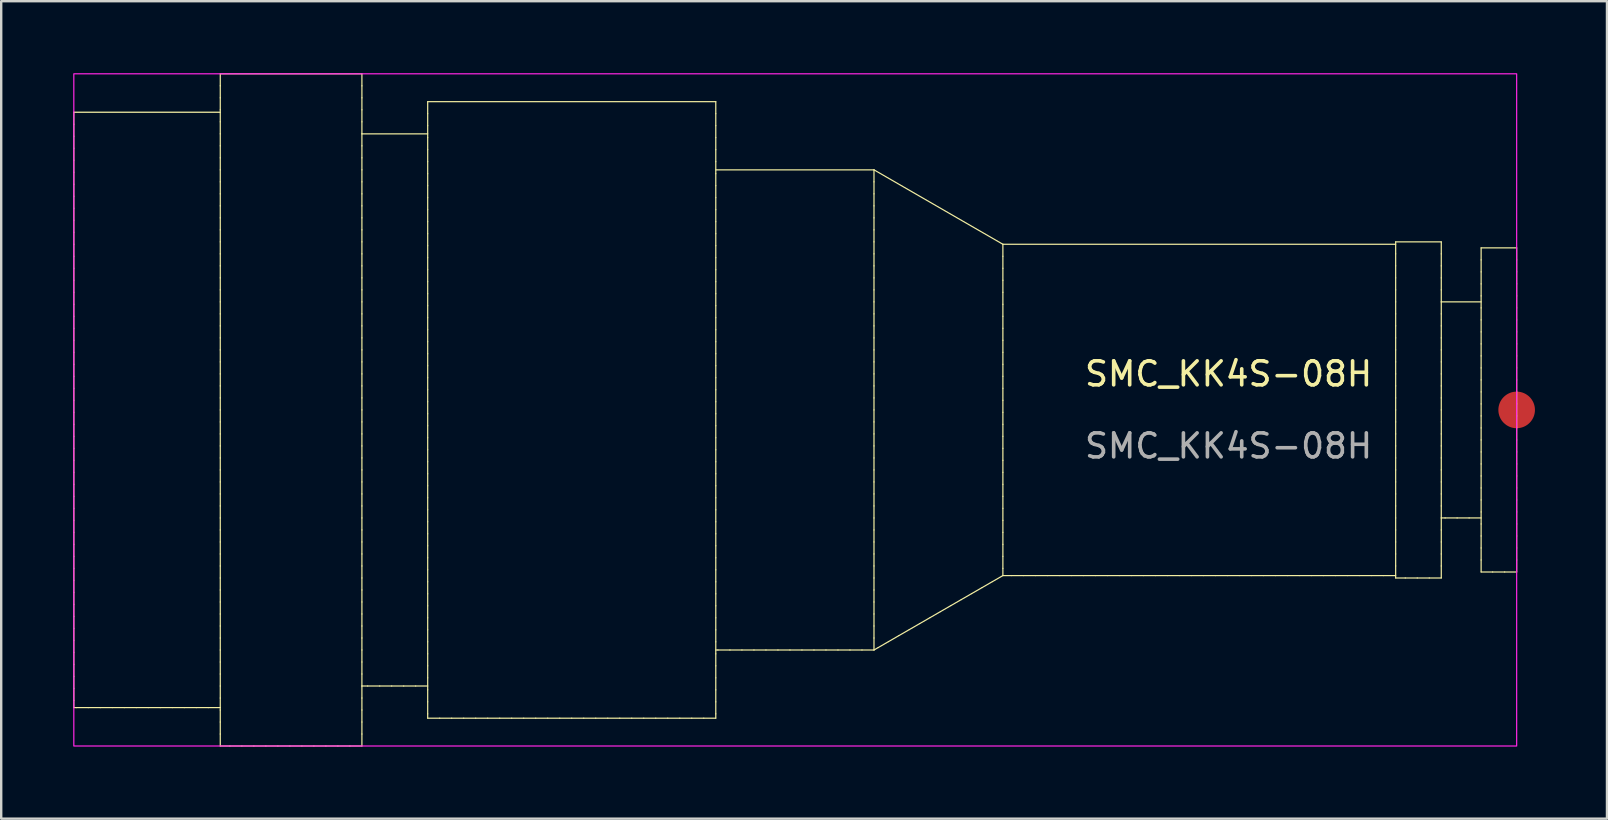
<source format=kicad_pcb>
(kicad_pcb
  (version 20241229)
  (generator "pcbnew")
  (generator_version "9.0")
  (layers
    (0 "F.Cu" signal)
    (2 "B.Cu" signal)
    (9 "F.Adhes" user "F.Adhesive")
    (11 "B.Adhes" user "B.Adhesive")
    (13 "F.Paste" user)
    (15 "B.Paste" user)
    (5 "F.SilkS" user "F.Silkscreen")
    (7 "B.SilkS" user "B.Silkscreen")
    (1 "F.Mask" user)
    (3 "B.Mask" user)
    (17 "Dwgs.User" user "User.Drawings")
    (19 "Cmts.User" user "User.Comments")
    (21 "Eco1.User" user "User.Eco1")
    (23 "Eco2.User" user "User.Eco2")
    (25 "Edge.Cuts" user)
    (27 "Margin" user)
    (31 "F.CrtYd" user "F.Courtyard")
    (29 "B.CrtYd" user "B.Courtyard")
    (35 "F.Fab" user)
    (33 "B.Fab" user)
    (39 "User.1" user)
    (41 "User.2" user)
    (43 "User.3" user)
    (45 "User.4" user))
  (footprint "SMC_KK4S-08H"
    (layer "F.Cu")
    (at 60.125 14.025)
    (property "Reference" "SMC_KK4S-08H" (at -12 -1.5 0) (unlocked yes) (layer "F.SilkS") (effects (font (size 1 1) (thickness 0.15))))
    (fp_line (start -60.1 -12.4) (end -60.1 -11.9) (stroke (width 0.05) (type solid)) (layer "F.SilkS"))
    (fp_line (start -60.1 -11.9) (end -60.1 -11.4) (stroke (width 0.05) (type solid)) (layer "F.SilkS"))
    (fp_line (start -60.1 -11.4) (end -60.1 -10.9) (stroke (width 0.05) (type solid)) (layer "F.SilkS"))
    (fp_line (start -60.1 -10.9) (end -60.1 -10.4) (stroke (width 0.05) (type solid)) (layer "F.SilkS"))
    (fp_line (start -60.1 -10.4) (end -60.1 -9.9) (stroke (width 0.05) (type solid)) (layer "F.SilkS"))
    (fp_line (start -60.1 -9.9) (end -60.1 -9.4) (stroke (width 0.05) (type solid)) (layer "F.SilkS"))
    (fp_line (start -60.1 -9.4) (end -60.1 -8.9) (stroke (width 0.05) (type solid)) (layer "F.SilkS"))
    (fp_line (start -60.1 -8.9) (end -60.1 -8.4) (stroke (width 0.05) (type solid)) (layer "F.SilkS"))
    (fp_line (start -60.1 -8.4) (end -60.1 -7.9) (stroke (width 0.05) (type solid)) (layer "F.SilkS"))
    (fp_line (start -60.1 -7.9) (end -60.1 -7.4) (stroke (width 0.05) (type solid)) (layer "F.SilkS"))
    (fp_line (start -60.1 -7.4) (end -60.1 -6.9) (stroke (width 0.05) (type solid)) (layer "F.SilkS"))
    (fp_line (start -60.1 -6.9) (end -60.1 -6.4) (stroke (width 0.05) (type solid)) (layer "F.SilkS"))
    (fp_line (start -60.1 -6.4) (end -60.1 -5.9) (stroke (width 0.05) (type solid)) (layer "F.SilkS"))
    (fp_line (start -60.1 -5.9) (end -60.1 -5.4) (stroke (width 0.05) (type solid)) (layer "F.SilkS"))
    (fp_line (start -60.1 -5.4) (end -60.1 -4.9) (stroke (width 0.05) (type solid)) (layer "F.SilkS"))
    (fp_line (start -60.1 -4.9) (end -60.1 -4.4) (stroke (width 0.05) (type solid)) (layer "F.SilkS"))
    (fp_line (start -60.1 -4.4) (end -60.1 -3.9) (stroke (width 0.05) (type solid)) (layer "F.SilkS"))
    (fp_line (start -60.1 -3.9) (end -60.1 -3.4) (stroke (width 0.05) (type solid)) (layer "F.SilkS"))
    (fp_line (start -60.1 -3.4) (end -60.1 -2.9) (stroke (width 0.05) (type solid)) (layer "F.SilkS"))
    (fp_line (start -60.1 -2.9) (end -60.1 -2.4) (stroke (width 0.05) (type solid)) (layer "F.SilkS"))
    (fp_line (start -60.1 -2.4) (end -60.1 -1.9) (stroke (width 0.05) (type solid)) (layer "F.SilkS"))
    (fp_line (start -60.1 -1.9) (end -60.1 -1.4) (stroke (width 0.05) (type solid)) (layer "F.SilkS"))
    (fp_line (start -60.1 -1.4) (end -60.1 -0.9) (stroke (width 0.05) (type solid)) (layer "F.SilkS"))
    (fp_line (start -60.1 -0.9) (end -60.1 -0.4) (stroke (width 0.05) (type solid)) (layer "F.SilkS"))
    (fp_line (start -60.1 -0.4) (end -60.1 0.1) (stroke (width 0.05) (type solid)) (layer "F.SilkS"))
    (fp_line (start -60.1 0.1) (end -60.1 0.6) (stroke (width 0.05) (type solid)) (layer "F.SilkS"))
    (fp_line (start -60.1 0.6) (end -60.1 1.1) (stroke (width 0.05) (type solid)) (layer "F.SilkS"))
    (fp_line (start -60.1 1.1) (end -60.1 1.6) (stroke (width 0.05) (type solid)) (layer "F.SilkS"))
    (fp_line (start -60.1 1.6) (end -60.1 2.1) (stroke (width 0.05) (type solid)) (layer "F.SilkS"))
    (fp_line (start -60.1 2.1) (end -60.1 2.6) (stroke (width 0.05) (type solid)) (layer "F.SilkS"))
    (fp_line (start -60.1 2.6) (end -60.1 3.1) (stroke (width 0.05) (type solid)) (layer "F.SilkS"))
    (fp_line (start -60.1 3.1) (end -60.1 3.6) (stroke (width 0.05) (type solid)) (layer "F.SilkS"))
    (fp_line (start -60.1 3.6) (end -60.1 4.1) (stroke (width 0.05) (type solid)) (layer "F.SilkS"))
    (fp_line (start -60.1 4.1) (end -60.1 4.6) (stroke (width 0.05) (type solid)) (layer "F.SilkS"))
    (fp_line (start -60.1 4.6) (end -60.1 5.1) (stroke (width 0.05) (type solid)) (layer "F.SilkS"))
    (fp_line (start -60.1 5.1) (end -60.1 5.6) (stroke (width 0.05) (type solid)) (layer "F.SilkS"))
    (fp_line (start -60.1 5.6) (end -60.1 6.1) (stroke (width 0.05) (type solid)) (layer "F.SilkS"))
    (fp_line (start -60.1 6.1) (end -60.1 6.6) (stroke (width 0.05) (type solid)) (layer "F.SilkS"))
    (fp_line (start -60.1 6.6) (end -60.1 7.1) (stroke (width 0.05) (type solid)) (layer "F.SilkS"))
    (fp_line (start -60.1 7.1) (end -60.1 7.6) (stroke (width 0.05) (type solid)) (layer "F.SilkS"))
    (fp_line (start -60.1 7.6) (end -60.1 8.1) (stroke (width 0.05) (type solid)) (layer "F.SilkS"))
    (fp_line (start -60.1 8.1) (end -60.1 8.6) (stroke (width 0.05) (type solid)) (layer "F.SilkS"))
    (fp_line (start -60.1 8.6) (end -60.1 9.1) (stroke (width 0.05) (type solid)) (layer "F.SilkS"))
    (fp_line (start -60.1 9.1) (end -60.1 9.6) (stroke (width 0.05) (type solid)) (layer "F.SilkS"))
    (fp_line (start -60.1 9.6) (end -60.1 10.1) (stroke (width 0.05) (type solid)) (layer "F.SilkS"))
    (fp_line (start -60.1 10.1) (end -60.1 10.6) (stroke (width 0.05) (type solid)) (layer "F.SilkS"))
    (fp_line (start -60.1 10.6) (end -60.1 11.1) (stroke (width 0.05) (type solid)) (layer "F.SilkS"))
    (fp_line (start -60.1 11.1) (end -60.1 11.6) (stroke (width 0.05) (type solid)) (layer "F.SilkS"))
    (fp_line (start -60.1 11.6) (end -60.1 12.1) (stroke (width 0.05) (type solid)) (layer "F.SilkS"))
    (fp_line (start -60.1 12.1) (end -60.1 12.4) (stroke (width 0.05) (type solid)) (layer "F.SilkS"))
    (fp_line (start -60 12.4) (end -60.1 12.4) (stroke (width 0.05) (type solid)) (layer "F.SilkS"))
    (fp_line (start -59.5 12.4) (end -60 12.4) (stroke (width 0.05) (type solid)) (layer "F.SilkS"))
    (fp_line (start -59 12.4) (end -59.5 12.4) (stroke (width 0.05) (type solid)) (layer "F.SilkS"))
    (fp_line (start -58.5 12.4) (end -59 12.4) (stroke (width 0.05) (type solid)) (layer "F.SilkS"))
    (fp_line (start -58 12.4) (end -58.5 12.4) (stroke (width 0.05) (type solid)) (layer "F.SilkS"))
    (fp_line (start -57.5 12.4) (end -58 12.4) (stroke (width 0.05) (type solid)) (layer "F.SilkS"))
    (fp_line (start -57 12.4) (end -57.5 12.4) (stroke (width 0.05) (type solid)) (layer "F.SilkS"))
    (fp_line (start -56.5 12.4) (end -57 12.4) (stroke (width 0.05) (type solid)) (layer "F.SilkS"))
    (fp_line (start -56 12.4) (end -56.5 12.4) (stroke (width 0.05) (type solid)) (layer "F.SilkS"))
    (fp_line (start -55.5 12.4) (end -56 12.4) (stroke (width 0.05) (type solid)) (layer "F.SilkS"))
    (fp_line (start -55 12.4) (end -55.5 12.4) (stroke (width 0.05) (type solid)) (layer "F.SilkS"))
    (fp_line (start -54.5 12.4) (end -55 12.4) (stroke (width 0.05) (type solid)) (layer "F.SilkS"))
    (fp_line (start -54 -14) (end -54 -13.5) (stroke (width 0.05) (type solid)) (layer "F.SilkS"))
    (fp_line (start -54 -13.5) (end -54 -13) (stroke (width 0.05) (type solid)) (layer "F.SilkS"))
    (fp_line (start -54 -13) (end -54 -12.5) (stroke (width 0.05) (type solid)) (layer "F.SilkS"))
    (fp_line (start -54 -12.5) (end -54 -12) (stroke (width 0.05) (type solid)) (layer "F.SilkS"))
    (fp_line (start -54 -12.4) (end -60.1 -12.4) (stroke (width 0.05) (type solid)) (layer "F.SilkS"))
    (fp_line (start -54 -12) (end -54 -11.5) (stroke (width 0.05) (type solid)) (layer "F.SilkS"))
    (fp_line (start -54 -11.5) (end -54 -11) (stroke (width 0.05) (type solid)) (layer "F.SilkS"))
    (fp_line (start -54 -11) (end -54 -10.5) (stroke (width 0.05) (type solid)) (layer "F.SilkS"))
    (fp_line (start -54 -10.5) (end -54 -10) (stroke (width 0.05) (type solid)) (layer "F.SilkS"))
    (fp_line (start -54 -10) (end -54 -9.5) (stroke (width 0.05) (type solid)) (layer "F.SilkS"))
    (fp_line (start -54 -9.5) (end -54 -9) (stroke (width 0.05) (type solid)) (layer "F.SilkS"))
    (fp_line (start -54 -9) (end -54 -8.5) (stroke (width 0.05) (type solid)) (layer "F.SilkS"))
    (fp_line (start -54 -8.5) (end -54 -8) (stroke (width 0.05) (type solid)) (layer "F.SilkS"))
    (fp_line (start -54 -8) (end -54 -7.5) (stroke (width 0.05) (type solid)) (layer "F.SilkS"))
    (fp_line (start -54 -7.5) (end -54 -7) (stroke (width 0.05) (type solid)) (layer "F.SilkS"))
    (fp_line (start -54 -7) (end -54 -6.5) (stroke (width 0.05) (type solid)) (layer "F.SilkS"))
    (fp_line (start -54 -6.5) (end -54 -6) (stroke (width 0.05) (type solid)) (layer "F.SilkS"))
    (fp_line (start -54 -6) (end -54 -5.5) (stroke (width 0.05) (type solid)) (layer "F.SilkS"))
    (fp_line (start -54 -5.5) (end -54 -5) (stroke (width 0.05) (type solid)) (layer "F.SilkS"))
    (fp_line (start -54 -5) (end -54 -4.5) (stroke (width 0.05) (type solid)) (layer "F.SilkS"))
    (fp_line (start -54 -4.5) (end -54 -4) (stroke (width 0.05) (type solid)) (layer "F.SilkS"))
    (fp_line (start -54 -4) (end -54 -3.5) (stroke (width 0.05) (type solid)) (layer "F.SilkS"))
    (fp_line (start -54 -3.5) (end -54 -3) (stroke (width 0.05) (type solid)) (layer "F.SilkS"))
    (fp_line (start -54 -3) (end -54 -2.5) (stroke (width 0.05) (type solid)) (layer "F.SilkS"))
    (fp_line (start -54 -2.5) (end -54 -2) (stroke (width 0.05) (type solid)) (layer "F.SilkS"))
    (fp_line (start -54 -2) (end -54 -1.5) (stroke (width 0.05) (type solid)) (layer "F.SilkS"))
    (fp_line (start -54 -1.5) (end -54 -1) (stroke (width 0.05) (type solid)) (layer "F.SilkS"))
    (fp_line (start -54 -1) (end -54 -0.5) (stroke (width 0.05) (type solid)) (layer "F.SilkS"))
    (fp_line (start -54 -0.5) (end -54 0.00015) (stroke (width 0.05) (type solid)) (layer "F.SilkS"))
    (fp_line (start -54 0.00015) (end -54 0.5) (stroke (width 0.05) (type solid)) (layer "F.SilkS"))
    (fp_line (start -54 0.5) (end -54 1) (stroke (width 0.05) (type solid)) (layer "F.SilkS"))
    (fp_line (start -54 1) (end -54 1.5) (stroke (width 0.05) (type solid)) (layer "F.SilkS"))
    (fp_line (start -54 1.5) (end -54 2) (stroke (width 0.05) (type solid)) (layer "F.SilkS"))
    (fp_line (start -54 2) (end -54 2.5) (stroke (width 0.05) (type solid)) (layer "F.SilkS"))
    (fp_line (start -54 2.5) (end -54 3) (stroke (width 0.05) (type solid)) (layer "F.SilkS"))
    (fp_line (start -54 3) (end -54 3.5) (stroke (width 0.05) (type solid)) (layer "F.SilkS"))
    (fp_line (start -54 3.5) (end -54 4) (stroke (width 0.05) (type solid)) (layer "F.SilkS"))
    (fp_line (start -54 4) (end -54 4.5) (stroke (width 0.05) (type solid)) (layer "F.SilkS"))
    (fp_line (start -54 4.5) (end -54 5) (stroke (width 0.05) (type solid)) (layer "F.SilkS"))
    (fp_line (start -54 5) (end -54 5.5) (stroke (width 0.05) (type solid)) (layer "F.SilkS"))
    (fp_line (start -54 5.5) (end -54 6) (stroke (width 0.05) (type solid)) (layer "F.SilkS"))
    (fp_line (start -54 6) (end -54 6.5) (stroke (width 0.05) (type solid)) (layer "F.SilkS"))
    (fp_line (start -54 6.5) (end -54 7) (stroke (width 0.05) (type solid)) (layer "F.SilkS"))
    (fp_line (start -54 7) (end -54 7.5) (stroke (width 0.05) (type solid)) (layer "F.SilkS"))
    (fp_line (start -54 7.5) (end -54 8) (stroke (width 0.05) (type solid)) (layer "F.SilkS"))
    (fp_line (start -54 8) (end -54 8.5) (stroke (width 0.05) (type solid)) (layer "F.SilkS"))
    (fp_line (start -54 8.5) (end -54 9) (stroke (width 0.05) (type solid)) (layer "F.SilkS"))
    (fp_line (start -54 9) (end -54 9.5) (stroke (width 0.05) (type solid)) (layer "F.SilkS"))
    (fp_line (start -54 9.5) (end -54 10) (stroke (width 0.05) (type solid)) (layer "F.SilkS"))
    (fp_line (start -54 10) (end -54 10.5) (stroke (width 0.05) (type solid)) (layer "F.SilkS"))
    (fp_line (start -54 10.5) (end -54 11) (stroke (width 0.05) (type solid)) (layer "F.SilkS"))
    (fp_line (start -54 11) (end -54 11.5) (stroke (width 0.05) (type solid)) (layer "F.SilkS"))
    (fp_line (start -54 11.5) (end -54 12) (stroke (width 0.05) (type solid)) (layer "F.SilkS"))
    (fp_line (start -54 12) (end -54 12.5) (stroke (width 0.05) (type solid)) (layer "F.SilkS"))
    (fp_line (start -54 12.4) (end -54.5 12.4) (stroke (width 0.05) (type solid)) (layer "F.SilkS"))
    (fp_line (start -54 12.5) (end -54 13) (stroke (width 0.05) (type solid)) (layer "F.SilkS"))
    (fp_line (start -54 13) (end -54 13.5) (stroke (width 0.05) (type solid)) (layer "F.SilkS"))
    (fp_line (start -54 13.5) (end -54 14) (stroke (width 0.05) (type solid)) (layer "F.SilkS"))
    (fp_line (start -53.6 14) (end -54 14) (stroke (width 0.05) (type solid)) (layer "F.SilkS"))
    (fp_line (start -53.1 14) (end -53.6 14) (stroke (width 0.05) (type solid)) (layer "F.SilkS"))
    (fp_line (start -52.6 14) (end -53.1 14) (stroke (width 0.05) (type solid)) (layer "F.SilkS"))
    (fp_line (start -52.1 14) (end -52.6 14) (stroke (width 0.05) (type solid)) (layer "F.SilkS"))
    (fp_line (start -51.6 14) (end -52.1 14) (stroke (width 0.05) (type solid)) (layer "F.SilkS"))
    (fp_line (start -51.1 14) (end -51.6 14) (stroke (width 0.05) (type solid)) (layer "F.SilkS"))
    (fp_line (start -50.6 14) (end -51.1 14) (stroke (width 0.05) (type solid)) (layer "F.SilkS"))
    (fp_line (start -50.1 14) (end -50.6 14) (stroke (width 0.05) (type solid)) (layer "F.SilkS"))
    (fp_line (start -49.6 14) (end -50.1 14) (stroke (width 0.05) (type solid)) (layer "F.SilkS"))
    (fp_line (start -49.1 14) (end -49.6 14) (stroke (width 0.05) (type solid)) (layer "F.SilkS"))
    (fp_line (start -48.6 14) (end -49.1 14) (stroke (width 0.05) (type solid)) (layer "F.SilkS"))
    (fp_line (start -48.1 -14) (end -54 -14) (stroke (width 0.05) (type solid)) (layer "F.SilkS"))
    (fp_line (start -48.1 -14) (end -48.1 -13.5) (stroke (width 0.05) (type solid)) (layer "F.SilkS"))
    (fp_line (start -48.1 -13.5) (end -48.1 -13) (stroke (width 0.05) (type solid)) (layer "F.SilkS"))
    (fp_line (start -48.1 -13) (end -48.1 -12.5) (stroke (width 0.05) (type solid)) (layer "F.SilkS"))
    (fp_line (start -48.1 -12.5) (end -48.1 -12) (stroke (width 0.05) (type solid)) (layer "F.SilkS"))
    (fp_line (start -48.1 -12) (end -48.1 -11.5) (stroke (width 0.05) (type solid)) (layer "F.SilkS"))
    (fp_line (start -48.1 -11.5) (end -48.1 -11) (stroke (width 0.05) (type solid)) (layer "F.SilkS"))
    (fp_line (start -48.1 -11) (end -48.1 -10.5) (stroke (width 0.05) (type solid)) (layer "F.SilkS"))
    (fp_line (start -48.1 -10.5) (end -48.1 -10) (stroke (width 0.05) (type solid)) (layer "F.SilkS"))
    (fp_line (start -48.1 -10) (end -48.1 -9.5) (stroke (width 0.05) (type solid)) (layer "F.SilkS"))
    (fp_line (start -48.1 -9.5) (end -48.1 -9) (stroke (width 0.05) (type solid)) (layer "F.SilkS"))
    (fp_line (start -48.1 -9) (end -48.1 -8.5) (stroke (width 0.05) (type solid)) (layer "F.SilkS"))
    (fp_line (start -48.1 -8.5) (end -48.1 -8) (stroke (width 0.05) (type solid)) (layer "F.SilkS"))
    (fp_line (start -48.1 -8) (end -48.1 -7.5) (stroke (width 0.05) (type solid)) (layer "F.SilkS"))
    (fp_line (start -48.1 -7.5) (end -48.1 -7) (stroke (width 0.05) (type solid)) (layer "F.SilkS"))
    (fp_line (start -48.1 -7) (end -48.1 -6.5) (stroke (width 0.05) (type solid)) (layer "F.SilkS"))
    (fp_line (start -48.1 -6.5) (end -48.1 -6) (stroke (width 0.05) (type solid)) (layer "F.SilkS"))
    (fp_line (start -48.1 -6) (end -48.1 -5.5) (stroke (width 0.05) (type solid)) (layer "F.SilkS"))
    (fp_line (start -48.1 -5.5) (end -48.1 -5) (stroke (width 0.05) (type solid)) (layer "F.SilkS"))
    (fp_line (start -48.1 -5) (end -48.1 -4.5) (stroke (width 0.05) (type solid)) (layer "F.SilkS"))
    (fp_line (start -48.1 -4.5) (end -48.1 -4) (stroke (width 0.05) (type solid)) (layer "F.SilkS"))
    (fp_line (start -48.1 -4) (end -48.1 -3.5) (stroke (width 0.05) (type solid)) (layer "F.SilkS"))
    (fp_line (start -48.1 -3.5) (end -48.1 -3) (stroke (width 0.05) (type solid)) (layer "F.SilkS"))
    (fp_line (start -48.1 -3) (end -48.1 -2.5) (stroke (width 0.05) (type solid)) (layer "F.SilkS"))
    (fp_line (start -48.1 -2.5) (end -48.1 -2) (stroke (width 0.05) (type solid)) (layer "F.SilkS"))
    (fp_line (start -48.1 -2) (end -48.1 -1.5) (stroke (width 0.05) (type solid)) (layer "F.SilkS"))
    (fp_line (start -48.1 -1.5) (end -48.1 -1) (stroke (width 0.05) (type solid)) (layer "F.SilkS"))
    (fp_line (start -48.1 -1) (end -48.1 -0.5) (stroke (width 0.05) (type solid)) (layer "F.SilkS"))
    (fp_line (start -48.1 -0.5) (end -48.1 0.00015) (stroke (width 0.05) (type solid)) (layer "F.SilkS"))
    (fp_line (start -48.1 0.00015) (end -48.1 0.5) (stroke (width 0.05) (type solid)) (layer "F.SilkS"))
    (fp_line (start -48.1 0.5) (end -48.1 1) (stroke (width 0.05) (type solid)) (layer "F.SilkS"))
    (fp_line (start -48.1 1) (end -48.1 1.5) (stroke (width 0.05) (type solid)) (layer "F.SilkS"))
    (fp_line (start -48.1 1.5) (end -48.1 2) (stroke (width 0.05) (type solid)) (layer "F.SilkS"))
    (fp_line (start -48.1 2) (end -48.1 2.5) (stroke (width 0.05) (type solid)) (layer "F.SilkS"))
    (fp_line (start -48.1 2.5) (end -48.1 3) (stroke (width 0.05) (type solid)) (layer "F.SilkS"))
    (fp_line (start -48.1 3) (end -48.1 3.5) (stroke (width 0.05) (type solid)) (layer "F.SilkS"))
    (fp_line (start -48.1 3.5) (end -48.1 4) (stroke (width 0.05) (type solid)) (layer "F.SilkS"))
    (fp_line (start -48.1 4) (end -48.1 4.5) (stroke (width 0.05) (type solid)) (layer "F.SilkS"))
    (fp_line (start -48.1 4.5) (end -48.1 5) (stroke (width 0.05) (type solid)) (layer "F.SilkS"))
    (fp_line (start -48.1 5) (end -48.1 5.5) (stroke (width 0.05) (type solid)) (layer "F.SilkS"))
    (fp_line (start -48.1 5.5) (end -48.1 6) (stroke (width 0.05) (type solid)) (layer "F.SilkS"))
    (fp_line (start -48.1 6) (end -48.1 6.5) (stroke (width 0.05) (type solid)) (layer "F.SilkS"))
    (fp_line (start -48.1 6.5) (end -48.1 7) (stroke (width 0.05) (type solid)) (layer "F.SilkS"))
    (fp_line (start -48.1 7) (end -48.1 7.5) (stroke (width 0.05) (type solid)) (layer "F.SilkS"))
    (fp_line (start -48.1 7.5) (end -48.1 8) (stroke (width 0.05) (type solid)) (layer "F.SilkS"))
    (fp_line (start -48.1 8) (end -48.1 8.5) (stroke (width 0.05) (type solid)) (layer "F.SilkS"))
    (fp_line (start -48.1 8.5) (end -48.1 9) (stroke (width 0.05) (type solid)) (layer "F.SilkS"))
    (fp_line (start -48.1 9) (end -48.1 9.5) (stroke (width 0.05) (type solid)) (layer "F.SilkS"))
    (fp_line (start -48.1 9.5) (end -48.1 10) (stroke (width 0.05) (type solid)) (layer "F.SilkS"))
    (fp_line (start -48.1 10) (end -48.1 10.5) (stroke (width 0.05) (type solid)) (layer "F.SilkS"))
    (fp_line (start -48.1 10.5) (end -48.1 11) (stroke (width 0.05) (type solid)) (layer "F.SilkS"))
    (fp_line (start -48.1 11) (end -48.1 11.5) (stroke (width 0.05) (type solid)) (layer "F.SilkS"))
    (fp_line (start -48.1 11.5) (end -48.1 12) (stroke (width 0.05) (type solid)) (layer "F.SilkS"))
    (fp_line (start -48.1 12) (end -48.1 12.5) (stroke (width 0.05) (type solid)) (layer "F.SilkS"))
    (fp_line (start -48.1 12.5) (end -48.1 13) (stroke (width 0.05) (type solid)) (layer "F.SilkS"))
    (fp_line (start -48.1 13) (end -48.1 13.5) (stroke (width 0.05) (type solid)) (layer "F.SilkS"))
    (fp_line (start -48.1 13.5) (end -48.1 14) (stroke (width 0.05) (type solid)) (layer "F.SilkS"))
    (fp_line (start -48.1 14) (end -48.6 14) (stroke (width 0.05) (type solid)) (layer "F.SilkS"))
    (fp_line (start -47.86 11.5) (end -48.1 11.5) (stroke (width 0.05) (type solid)) (layer "F.SilkS"))
    (fp_line (start -47.36 11.5) (end -47.86 11.5) (stroke (width 0.05) (type solid)) (layer "F.SilkS"))
    (fp_line (start -46.86 11.5) (end -47.36 11.5) (stroke (width 0.05) (type solid)) (layer "F.SilkS"))
    (fp_line (start -46.36 11.5) (end -46.86 11.5) (stroke (width 0.05) (type solid)) (layer "F.SilkS"))
    (fp_line (start -45.86 11.5) (end -46.36 11.5) (stroke (width 0.05) (type solid)) (layer "F.SilkS"))
    (fp_line (start -45.36 -12.84) (end -45.36 -12.34) (stroke (width 0.05) (type solid)) (layer "F.SilkS"))
    (fp_line (start -45.36 -12.34) (end -45.36 -11.84) (stroke (width 0.05) (type solid)) (layer "F.SilkS"))
    (fp_line (start -45.36 -11.84) (end -45.36 -11.34) (stroke (width 0.05) (type solid)) (layer "F.SilkS"))
    (fp_line (start -45.36 -11.5) (end -48.1 -11.5) (stroke (width 0.05) (type solid)) (layer "F.SilkS"))
    (fp_line (start -45.36 -11.34) (end -45.36 -10.84) (stroke (width 0.05) (type solid)) (layer "F.SilkS"))
    (fp_line (start -45.36 -10.84) (end -45.36 -10.34) (stroke (width 0.05) (type solid)) (layer "F.SilkS"))
    (fp_line (start -45.36 -10.34) (end -45.36 -9.84) (stroke (width 0.05) (type solid)) (layer "F.SilkS"))
    (fp_line (start -45.36 -9.84) (end -45.36 -9.34) (stroke (width 0.05) (type solid)) (layer "F.SilkS"))
    (fp_line (start -45.36 -9.34) (end -45.36 -8.84) (stroke (width 0.05) (type solid)) (layer "F.SilkS"))
    (fp_line (start -45.36 -8.84) (end -45.36 -8.34) (stroke (width 0.05) (type solid)) (layer "F.SilkS"))
    (fp_line (start -45.36 -8.34) (end -45.36 -7.84) (stroke (width 0.05) (type solid)) (layer "F.SilkS"))
    (fp_line (start -45.36 -7.84) (end -45.36 -7.34) (stroke (width 0.05) (type solid)) (layer "F.SilkS"))
    (fp_line (start -45.36 -7.34) (end -45.36 -6.84) (stroke (width 0.05) (type solid)) (layer "F.SilkS"))
    (fp_line (start -45.36 -6.84) (end -45.36 -6.34) (stroke (width 0.05) (type solid)) (layer "F.SilkS"))
    (fp_line (start -45.36 -6.34) (end -45.36 -5.84) (stroke (width 0.05) (type solid)) (layer "F.SilkS"))
    (fp_line (start -45.36 -5.84) (end -45.36 -5.34) (stroke (width 0.05) (type solid)) (layer "F.SilkS"))
    (fp_line (start -45.36 -5.34) (end -45.36 -4.84) (stroke (width 0.05) (type solid)) (layer "F.SilkS"))
    (fp_line (start -45.36 -4.84) (end -45.36 -4.34) (stroke (width 0.05) (type solid)) (layer "F.SilkS"))
    (fp_line (start -45.36 -4.34) (end -45.36 -3.84) (stroke (width 0.05) (type solid)) (layer "F.SilkS"))
    (fp_line (start -45.36 -3.84) (end -45.36 -3.34) (stroke (width 0.05) (type solid)) (layer "F.SilkS"))
    (fp_line (start -45.36 -3.34) (end -45.36 -2.84) (stroke (width 0.05) (type solid)) (layer "F.SilkS"))
    (fp_line (start -45.36 -2.84) (end -45.36 -2.34) (stroke (width 0.05) (type solid)) (layer "F.SilkS"))
    (fp_line (start -45.36 -2.34) (end -45.36 -1.84) (stroke (width 0.05) (type solid)) (layer "F.SilkS"))
    (fp_line (start -45.36 -1.84) (end -45.36 -1.34) (stroke (width 0.05) (type solid)) (layer "F.SilkS"))
    (fp_line (start -45.36 -1.34) (end -45.36 -0.84) (stroke (width 0.05) (type solid)) (layer "F.SilkS"))
    (fp_line (start -45.36 -0.84) (end -45.36 -0.34) (stroke (width 0.05) (type solid)) (layer "F.SilkS"))
    (fp_line (start -45.36 -0.34) (end -45.36 0.16) (stroke (width 0.05) (type solid)) (layer "F.SilkS"))
    (fp_line (start -45.36 0.16) (end -45.36 0.66) (stroke (width 0.05) (type solid)) (layer "F.SilkS"))
    (fp_line (start -45.36 0.66) (end -45.36 1.16) (stroke (width 0.05) (type solid)) (layer "F.SilkS"))
    (fp_line (start -45.36 1.16) (end -45.36 1.66) (stroke (width 0.05) (type solid)) (layer "F.SilkS"))
    (fp_line (start -45.36 1.66) (end -45.36 2.16) (stroke (width 0.05) (type solid)) (layer "F.SilkS"))
    (fp_line (start -45.36 2.16) (end -45.36 2.66) (stroke (width 0.05) (type solid)) (layer "F.SilkS"))
    (fp_line (start -45.36 2.66) (end -45.36 3.16) (stroke (width 0.05) (type solid)) (layer "F.SilkS"))
    (fp_line (start -45.36 3.16) (end -45.36 3.66) (stroke (width 0.05) (type solid)) (layer "F.SilkS"))
    (fp_line (start -45.36 3.66) (end -45.36 4.16) (stroke (width 0.05) (type solid)) (layer "F.SilkS"))
    (fp_line (start -45.36 4.16) (end -45.36 4.66) (stroke (width 0.05) (type solid)) (layer "F.SilkS"))
    (fp_line (start -45.36 4.66) (end -45.36 5.16) (stroke (width 0.05) (type solid)) (layer "F.SilkS"))
    (fp_line (start -45.36 5.16) (end -45.36 5.66) (stroke (width 0.05) (type solid)) (layer "F.SilkS"))
    (fp_line (start -45.36 5.66) (end -45.36 6.16) (stroke (width 0.05) (type solid)) (layer "F.SilkS"))
    (fp_line (start -45.36 6.16) (end -45.36 6.66) (stroke (width 0.05) (type solid)) (layer "F.SilkS"))
    (fp_line (start -45.36 6.66) (end -45.36 7.16) (stroke (width 0.05) (type solid)) (layer "F.SilkS"))
    (fp_line (start -45.36 7.16) (end -45.36 7.66) (stroke (width 0.05) (type solid)) (layer "F.SilkS"))
    (fp_line (start -45.36 7.66) (end -45.36 8.16) (stroke (width 0.05) (type solid)) (layer "F.SilkS"))
    (fp_line (start -45.36 8.16) (end -45.36 8.66) (stroke (width 0.05) (type solid)) (layer "F.SilkS"))
    (fp_line (start -45.36 8.66) (end -45.36 9.16) (stroke (width 0.05) (type solid)) (layer "F.SilkS"))
    (fp_line (start -45.36 9.16) (end -45.36 9.66) (stroke (width 0.05) (type solid)) (layer "F.SilkS"))
    (fp_line (start -45.36 9.66) (end -45.36 10.16) (stroke (width 0.05) (type solid)) (layer "F.SilkS"))
    (fp_line (start -45.36 10.16) (end -45.36 10.66) (stroke (width 0.05) (type solid)) (layer "F.SilkS"))
    (fp_line (start -45.36 10.66) (end -45.36 11.16) (stroke (width 0.05) (type solid)) (layer "F.SilkS"))
    (fp_line (start -45.36 11.16) (end -45.36 11.66) (stroke (width 0.05) (type solid)) (layer "F.SilkS"))
    (fp_line (start -45.36 11.5) (end -45.86 11.5) (stroke (width 0.05) (type solid)) (layer "F.SilkS"))
    (fp_line (start -45.36 11.66) (end -45.36 12.16) (stroke (width 0.05) (type solid)) (layer "F.SilkS"))
    (fp_line (start -45.36 12.16) (end -45.36 12.66) (stroke (width 0.05) (type solid)) (layer "F.SilkS"))
    (fp_line (start -45.36 12.66) (end -45.36 12.84) (stroke (width 0.05) (type solid)) (layer "F.SilkS"))
    (fp_line (start -44.86 12.84) (end -45.36 12.84) (stroke (width 0.05) (type solid)) (layer "F.SilkS"))
    (fp_line (start -44.36 12.84) (end -44.86 12.84) (stroke (width 0.05) (type solid)) (layer "F.SilkS"))
    (fp_line (start -43.86 12.84) (end -44.36 12.84) (stroke (width 0.05) (type solid)) (layer "F.SilkS"))
    (fp_line (start -43.36 12.84) (end -43.86 12.84) (stroke (width 0.05) (type solid)) (layer "F.SilkS"))
    (fp_line (start -42.86 12.84) (end -43.36 12.84) (stroke (width 0.05) (type solid)) (layer "F.SilkS"))
    (fp_line (start -42.36 12.84) (end -42.86 12.84) (stroke (width 0.05) (type solid)) (layer "F.SilkS"))
    (fp_line (start -41.86 12.84) (end -42.36 12.84) (stroke (width 0.05) (type solid)) (layer "F.SilkS"))
    (fp_line (start -41.36 12.84) (end -41.86 12.84) (stroke (width 0.05) (type solid)) (layer "F.SilkS"))
    (fp_line (start -40.86 12.84) (end -41.36 12.84) (stroke (width 0.05) (type solid)) (layer "F.SilkS"))
    (fp_line (start -40.36 12.84) (end -40.86 12.84) (stroke (width 0.05) (type solid)) (layer "F.SilkS"))
    (fp_line (start -39.86 12.84) (end -40.36 12.84) (stroke (width 0.05) (type solid)) (layer "F.SilkS"))
    (fp_line (start -39.36 12.84) (end -39.86 12.84) (stroke (width 0.05) (type solid)) (layer "F.SilkS"))
    (fp_line (start -38.86 12.84) (end -39.36 12.84) (stroke (width 0.05) (type solid)) (layer "F.SilkS"))
    (fp_line (start -38.36 12.84) (end -38.86 12.84) (stroke (width 0.05) (type solid)) (layer "F.SilkS"))
    (fp_line (start -37.86 12.84) (end -38.36 12.84) (stroke (width 0.05) (type solid)) (layer "F.SilkS"))
    (fp_line (start -37.36 12.84) (end -37.86 12.84) (stroke (width 0.05) (type solid)) (layer "F.SilkS"))
    (fp_line (start -36.86 12.84) (end -37.36 12.84) (stroke (width 0.05) (type solid)) (layer "F.SilkS"))
    (fp_line (start -36.36 12.84) (end -36.86 12.84) (stroke (width 0.05) (type solid)) (layer "F.SilkS"))
    (fp_line (start -35.86 12.84) (end -36.36 12.84) (stroke (width 0.05) (type solid)) (layer "F.SilkS"))
    (fp_line (start -35.36 12.84) (end -35.86 12.84) (stroke (width 0.05) (type solid)) (layer "F.SilkS"))
    (fp_line (start -34.86 12.84) (end -35.36 12.84) (stroke (width 0.05) (type solid)) (layer "F.SilkS"))
    (fp_line (start -34.36 12.84) (end -34.86 12.84) (stroke (width 0.05) (type solid)) (layer "F.SilkS"))
    (fp_line (start -33.86 12.84) (end -34.36 12.84) (stroke (width 0.05) (type solid)) (layer "F.SilkS"))
    (fp_line (start -33.36 -12.84) (end -45.36 -12.84) (stroke (width 0.05) (type solid)) (layer "F.SilkS"))
    (fp_line (start -33.36 -12.84) (end -33.36 -12.34) (stroke (width 0.05) (type solid)) (layer "F.SilkS"))
    (fp_line (start -33.36 -12.34) (end -33.36 -11.84) (stroke (width 0.05) (type solid)) (layer "F.SilkS"))
    (fp_line (start -33.36 -11.84) (end -33.36 -11.34) (stroke (width 0.05) (type solid)) (layer "F.SilkS"))
    (fp_line (start -33.36 -11.34) (end -33.36 -10.84) (stroke (width 0.05) (type solid)) (layer "F.SilkS"))
    (fp_line (start -33.36 -10.84) (end -33.36 -10.34) (stroke (width 0.05) (type solid)) (layer "F.SilkS"))
    (fp_line (start -33.36 -10.34) (end -33.36 -9.84) (stroke (width 0.05) (type solid)) (layer "F.SilkS"))
    (fp_line (start -33.36 -9.84) (end -33.36 -9.34) (stroke (width 0.05) (type solid)) (layer "F.SilkS"))
    (fp_line (start -33.36 -9.34) (end -33.36 -8.84) (stroke (width 0.05) (type solid)) (layer "F.SilkS"))
    (fp_line (start -33.36 -8.84) (end -33.36 -8.34) (stroke (width 0.05) (type solid)) (layer "F.SilkS"))
    (fp_line (start -33.36 -8.34) (end -33.36 -7.84) (stroke (width 0.05) (type solid)) (layer "F.SilkS"))
    (fp_line (start -33.36 -7.84) (end -33.36 -7.34) (stroke (width 0.05) (type solid)) (layer "F.SilkS"))
    (fp_line (start -33.36 -7.34) (end -33.36 -6.84) (stroke (width 0.05) (type solid)) (layer "F.SilkS"))
    (fp_line (start -33.36 -6.84) (end -33.36 -6.34) (stroke (width 0.05) (type solid)) (layer "F.SilkS"))
    (fp_line (start -33.36 -6.34) (end -33.36 -5.84) (stroke (width 0.05) (type solid)) (layer "F.SilkS"))
    (fp_line (start -33.36 -5.84) (end -33.36 -5.34) (stroke (width 0.05) (type solid)) (layer "F.SilkS"))
    (fp_line (start -33.36 -5.34) (end -33.36 -4.84) (stroke (width 0.05) (type solid)) (layer "F.SilkS"))
    (fp_line (start -33.36 -4.84) (end -33.36 -4.34) (stroke (width 0.05) (type solid)) (layer "F.SilkS"))
    (fp_line (start -33.36 -4.34) (end -33.36 -3.84) (stroke (width 0.05) (type solid)) (layer "F.SilkS"))
    (fp_line (start -33.36 -3.84) (end -33.36 -3.34) (stroke (width 0.05) (type solid)) (layer "F.SilkS"))
    (fp_line (start -33.36 -3.34) (end -33.36 -2.84) (stroke (width 0.05) (type solid)) (layer "F.SilkS"))
    (fp_line (start -33.36 -2.84) (end -33.36 -2.34) (stroke (width 0.05) (type solid)) (layer "F.SilkS"))
    (fp_line (start -33.36 -2.34) (end -33.36 -1.84) (stroke (width 0.05) (type solid)) (layer "F.SilkS"))
    (fp_line (start -33.36 -1.84) (end -33.36 -1.34) (stroke (width 0.05) (type solid)) (layer "F.SilkS"))
    (fp_line (start -33.36 -1.34) (end -33.36 -0.84) (stroke (width 0.05) (type solid)) (layer "F.SilkS"))
    (fp_line (start -33.36 -0.84) (end -33.36 -0.34) (stroke (width 0.05) (type solid)) (layer "F.SilkS"))
    (fp_line (start -33.36 -0.34) (end -33.36 0.16) (stroke (width 0.05) (type solid)) (layer "F.SilkS"))
    (fp_line (start -33.36 0.16) (end -33.36 0.66) (stroke (width 0.05) (type solid)) (layer "F.SilkS"))
    (fp_line (start -33.36 0.66) (end -33.36 1.16) (stroke (width 0.05) (type solid)) (layer "F.SilkS"))
    (fp_line (start -33.36 1.16) (end -33.36 1.66) (stroke (width 0.05) (type solid)) (layer "F.SilkS"))
    (fp_line (start -33.36 1.66) (end -33.36 2.16) (stroke (width 0.05) (type solid)) (layer "F.SilkS"))
    (fp_line (start -33.36 2.16) (end -33.36 2.66) (stroke (width 0.05) (type solid)) (layer "F.SilkS"))
    (fp_line (start -33.36 2.66) (end -33.36 3.16) (stroke (width 0.05) (type solid)) (layer "F.SilkS"))
    (fp_line (start -33.36 3.16) (end -33.36 3.66) (stroke (width 0.05) (type solid)) (layer "F.SilkS"))
    (fp_line (start -33.36 3.66) (end -33.36 4.16) (stroke (width 0.05) (type solid)) (layer "F.SilkS"))
    (fp_line (start -33.36 4.16) (end -33.36 4.66) (stroke (width 0.05) (type solid)) (layer "F.SilkS"))
    (fp_line (start -33.36 4.66) (end -33.36 5.16) (stroke (width 0.05) (type solid)) (layer "F.SilkS"))
    (fp_line (start -33.36 5.16) (end -33.36 5.66) (stroke (width 0.05) (type solid)) (layer "F.SilkS"))
    (fp_line (start -33.36 5.66) (end -33.36 6.16) (stroke (width 0.05) (type solid)) (layer "F.SilkS"))
    (fp_line (start -33.36 6.16) (end -33.36 6.66) (stroke (width 0.05) (type solid)) (layer "F.SilkS"))
    (fp_line (start -33.36 6.66) (end -33.36 7.16) (stroke (width 0.05) (type solid)) (layer "F.SilkS"))
    (fp_line (start -33.36 7.16) (end -33.36 7.66) (stroke (width 0.05) (type solid)) (layer "F.SilkS"))
    (fp_line (start -33.36 7.66) (end -33.36 8.16) (stroke (width 0.05) (type solid)) (layer "F.SilkS"))
    (fp_line (start -33.36 8.16) (end -33.36 8.66) (stroke (width 0.05) (type solid)) (layer "F.SilkS"))
    (fp_line (start -33.36 8.66) (end -33.36 9.16) (stroke (width 0.05) (type solid)) (layer "F.SilkS"))
    (fp_line (start -33.36 9.16) (end -33.36 9.66) (stroke (width 0.05) (type solid)) (layer "F.SilkS"))
    (fp_line (start -33.36 9.66) (end -33.36 10.16) (stroke (width 0.05) (type solid)) (layer "F.SilkS"))
    (fp_line (start -33.36 10.16) (end -33.36 10.66) (stroke (width 0.05) (type solid)) (layer "F.SilkS"))
    (fp_line (start -33.36 10.66) (end -33.36 11.16) (stroke (width 0.05) (type solid)) (layer "F.SilkS"))
    (fp_line (start -33.36 11.16) (end -33.36 11.66) (stroke (width 0.05) (type solid)) (layer "F.SilkS"))
    (fp_line (start -33.36 11.66) (end -33.36 12.16) (stroke (width 0.05) (type solid)) (layer "F.SilkS"))
    (fp_line (start -33.36 12.16) (end -33.36 12.66) (stroke (width 0.05) (type solid)) (layer "F.SilkS"))
    (fp_line (start -33.36 12.66) (end -33.36 12.84) (stroke (width 0.05) (type solid)) (layer "F.SilkS"))
    (fp_line (start -33.36 12.84) (end -33.86 12.84) (stroke (width 0.05) (type solid)) (layer "F.SilkS"))
    (fp_line (start -33.27 10) (end -33.36 10) (stroke (width 0.05) (type solid)) (layer "F.SilkS"))
    (fp_line (start -32.77 10) (end -33.27 10) (stroke (width 0.05) (type solid)) (layer "F.SilkS"))
    (fp_line (start -32.27 10) (end -32.77 10) (stroke (width 0.05) (type solid)) (layer "F.SilkS"))
    (fp_line (start -31.77 10) (end -32.27 10) (stroke (width 0.05) (type solid)) (layer "F.SilkS"))
    (fp_line (start -31.27 10) (end -31.77 10) (stroke (width 0.05) (type solid)) (layer "F.SilkS"))
    (fp_line (start -30.77 10) (end -31.27 10) (stroke (width 0.05) (type solid)) (layer "F.SilkS"))
    (fp_line (start -30.27 10) (end -30.77 10) (stroke (width 0.05) (type solid)) (layer "F.SilkS"))
    (fp_line (start -29.77 10) (end -30.27 10) (stroke (width 0.05) (type solid)) (layer "F.SilkS"))
    (fp_line (start -29.27 10) (end -29.77 10) (stroke (width 0.05) (type solid)) (layer "F.SilkS"))
    (fp_line (start -28.77 10) (end -29.27 10) (stroke (width 0.05) (type solid)) (layer "F.SilkS"))
    (fp_line (start -28.27 10) (end -28.77 10) (stroke (width 0.05) (type solid)) (layer "F.SilkS"))
    (fp_line (start -27.77 10) (end -28.27 10) (stroke (width 0.05) (type solid)) (layer "F.SilkS"))
    (fp_line (start -27.27 10) (end -27.77 10) (stroke (width 0.05) (type solid)) (layer "F.SilkS"))
    (fp_line (start -26.77 -10) (end -33.36 -10) (stroke (width 0.05) (type solid)) (layer "F.SilkS"))
    (fp_line (start -26.77 -10) (end -26.77 -9.5) (stroke (width 0.05) (type solid)) (layer "F.SilkS"))
    (fp_line (start -26.77 -9.5) (end -26.77 -9) (stroke (width 0.05) (type solid)) (layer "F.SilkS"))
    (fp_line (start -26.77 -9) (end -26.77 -8.5) (stroke (width 0.05) (type solid)) (layer "F.SilkS"))
    (fp_line (start -26.77 -8.5) (end -26.77 -8) (stroke (width 0.05) (type solid)) (layer "F.SilkS"))
    (fp_line (start -26.77 -8) (end -26.77 -7.5) (stroke (width 0.05) (type solid)) (layer "F.SilkS"))
    (fp_line (start -26.77 -7.5) (end -26.77 -7) (stroke (width 0.05) (type solid)) (layer "F.SilkS"))
    (fp_line (start -26.77 -7) (end -26.77 -6.5) (stroke (width 0.05) (type solid)) (layer "F.SilkS"))
    (fp_line (start -26.77 -6.5) (end -26.77 -6) (stroke (width 0.05) (type solid)) (layer "F.SilkS"))
    (fp_line (start -26.77 -6) (end -26.77 -5.5) (stroke (width 0.05) (type solid)) (layer "F.SilkS"))
    (fp_line (start -26.77 -5.5) (end -26.77 -5) (stroke (width 0.05) (type solid)) (layer "F.SilkS"))
    (fp_line (start -26.77 -5) (end -26.77 -4.5) (stroke (width 0.05) (type solid)) (layer "F.SilkS"))
    (fp_line (start -26.77 -4.5) (end -26.77 -4) (stroke (width 0.05) (type solid)) (layer "F.SilkS"))
    (fp_line (start -26.77 -4) (end -26.77 -3.5) (stroke (width 0.05) (type solid)) (layer "F.SilkS"))
    (fp_line (start -26.77 -3.5) (end -26.77 -3) (stroke (width 0.05) (type solid)) (layer "F.SilkS"))
    (fp_line (start -26.77 -3) (end -26.77 -2.5) (stroke (width 0.05) (type solid)) (layer "F.SilkS"))
    (fp_line (start -26.77 -2.5) (end -26.77 -2) (stroke (width 0.05) (type solid)) (layer "F.SilkS"))
    (fp_line (start -26.77 -2) (end -26.77 -1.5) (stroke (width 0.05) (type solid)) (layer "F.SilkS"))
    (fp_line (start -26.77 -1.5) (end -26.77 -1) (stroke (width 0.05) (type solid)) (layer "F.SilkS"))
    (fp_line (start -26.77 -1) (end -26.77 -0.5) (stroke (width 0.05) (type solid)) (layer "F.SilkS"))
    (fp_line (start -26.77 -0.5) (end -26.77 0.00015) (stroke (width 0.05) (type solid)) (layer "F.SilkS"))
    (fp_line (start -26.77 0.00015) (end -26.77 0.5) (stroke (width 0.05) (type solid)) (layer "F.SilkS"))
    (fp_line (start -26.77 0.5) (end -26.77 1) (stroke (width 0.05) (type solid)) (layer "F.SilkS"))
    (fp_line (start -26.77 1) (end -26.77 1.5) (stroke (width 0.05) (type solid)) (layer "F.SilkS"))
    (fp_line (start -26.77 1.5) (end -26.77 2) (stroke (width 0.05) (type solid)) (layer "F.SilkS"))
    (fp_line (start -26.77 2) (end -26.77 2.5) (stroke (width 0.05) (type solid)) (layer "F.SilkS"))
    (fp_line (start -26.77 2.5) (end -26.77 3) (stroke (width 0.05) (type solid)) (layer "F.SilkS"))
    (fp_line (start -26.77 3) (end -26.77 3.5) (stroke (width 0.05) (type solid)) (layer "F.SilkS"))
    (fp_line (start -26.77 3.5) (end -26.77 4) (stroke (width 0.05) (type solid)) (layer "F.SilkS"))
    (fp_line (start -26.77 4) (end -26.77 4.5) (stroke (width 0.05) (type solid)) (layer "F.SilkS"))
    (fp_line (start -26.77 4.5) (end -26.77 5) (stroke (width 0.05) (type solid)) (layer "F.SilkS"))
    (fp_line (start -26.77 5) (end -26.77 5.5) (stroke (width 0.05) (type solid)) (layer "F.SilkS"))
    (fp_line (start -26.77 5.5) (end -26.77 6) (stroke (width 0.05) (type solid)) (layer "F.SilkS"))
    (fp_line (start -26.77 6) (end -26.77 6.5) (stroke (width 0.05) (type solid)) (layer "F.SilkS"))
    (fp_line (start -26.77 6.5) (end -26.77 7) (stroke (width 0.05) (type solid)) (layer "F.SilkS"))
    (fp_line (start -26.77 7) (end -26.77 7.5) (stroke (width 0.05) (type solid)) (layer "F.SilkS"))
    (fp_line (start -26.77 7.5) (end -26.77 8) (stroke (width 0.05) (type solid)) (layer "F.SilkS"))
    (fp_line (start -26.77 8) (end -26.77 8.5) (stroke (width 0.05) (type solid)) (layer "F.SilkS"))
    (fp_line (start -26.77 8.5) (end -26.77 9) (stroke (width 0.05) (type solid)) (layer "F.SilkS"))
    (fp_line (start -26.77 9) (end -26.77 9.5) (stroke (width 0.05) (type solid)) (layer "F.SilkS"))
    (fp_line (start -26.77 9.5) (end -26.77 10) (stroke (width 0.05) (type solid)) (layer "F.SilkS"))
    (fp_line (start -26.77 10) (end -27.27 10) (stroke (width 0.05) (type solid)) (layer "F.SilkS"))
    (fp_line (start -26.597 9.9) (end -26.77 10) (stroke (width 0.05) (type solid)) (layer "F.SilkS"))
    (fp_line (start -26.164 9.65) (end -26.597 9.9) (stroke (width 0.05) (type solid)) (layer "F.SilkS"))
    (fp_line (start -25.731 9.4) (end -26.164 9.65) (stroke (width 0.05) (type solid)) (layer "F.SilkS"))
    (fp_line (start -25.298 9.15) (end -25.731 9.4) (stroke (width 0.05) (type solid)) (layer "F.SilkS"))
    (fp_line (start -24.865 8.9) (end -25.298 9.15) (stroke (width 0.05) (type solid)) (layer "F.SilkS"))
    (fp_line (start -24.432 8.65) (end -24.865 8.9) (stroke (width 0.05) (type solid)) (layer "F.SilkS"))
    (fp_line (start -23.999 8.4) (end -24.432 8.65) (stroke (width 0.05) (type solid)) (layer "F.SilkS"))
    (fp_line (start -23.566 8.15) (end -23.999 8.4) (stroke (width 0.05) (type solid)) (layer "F.SilkS"))
    (fp_line (start -23.133 7.9) (end -23.566 8.15) (stroke (width 0.05) (type solid)) (layer "F.SilkS"))
    (fp_line (start -22.7 7.65) (end -23.133 7.9) (stroke (width 0.05) (type solid)) (layer "F.SilkS"))
    (fp_line (start -22.267 7.4) (end -22.7 7.65) (stroke (width 0.05) (type solid)) (layer "F.SilkS"))
    (fp_line (start -21.834 7.15) (end -22.267 7.4) (stroke (width 0.05) (type solid)) (layer "F.SilkS"))
    (fp_line (start -21.401 -6.9) (end -26.77 -10) (stroke (width 0.05) (type solid)) (layer "F.SilkS"))
    (fp_line (start -21.401 -6.9) (end -21.401 -6.4) (stroke (width 0.05) (type solid)) (layer "F.SilkS"))
    (fp_line (start -21.401 -6.4) (end -21.401 -5.9) (stroke (width 0.05) (type solid)) (layer "F.SilkS"))
    (fp_line (start -21.401 -5.9) (end -21.401 -5.4) (stroke (width 0.05) (type solid)) (layer "F.SilkS"))
    (fp_line (start -21.401 -5.4) (end -21.401 -4.9) (stroke (width 0.05) (type solid)) (layer "F.SilkS"))
    (fp_line (start -21.401 -4.9) (end -21.401 -4.4) (stroke (width 0.05) (type solid)) (layer "F.SilkS"))
    (fp_line (start -21.401 -4.4) (end -21.401 -3.9) (stroke (width 0.05) (type solid)) (layer "F.SilkS"))
    (fp_line (start -21.401 -3.9) (end -21.401 -3.4) (stroke (width 0.05) (type solid)) (layer "F.SilkS"))
    (fp_line (start -21.401 -3.4) (end -21.401 -2.9) (stroke (width 0.05) (type solid)) (layer "F.SilkS"))
    (fp_line (start -21.401 -2.9) (end -21.401 -2.4) (stroke (width 0.05) (type solid)) (layer "F.SilkS"))
    (fp_line (start -21.401 -2.4) (end -21.401 -1.9) (stroke (width 0.05) (type solid)) (layer "F.SilkS"))
    (fp_line (start -21.401 -1.9) (end -21.401 -1.4) (stroke (width 0.05) (type solid)) (layer "F.SilkS"))
    (fp_line (start -21.401 -1.4) (end -21.401 -0.9) (stroke (width 0.05) (type solid)) (layer "F.SilkS"))
    (fp_line (start -21.401 -0.9) (end -21.401 -0.4) (stroke (width 0.05) (type solid)) (layer "F.SilkS"))
    (fp_line (start -21.401 -0.4) (end -21.401 0.1) (stroke (width 0.05) (type solid)) (layer "F.SilkS"))
    (fp_line (start -21.401 0.1) (end -21.401 0.6) (stroke (width 0.05) (type solid)) (layer "F.SilkS"))
    (fp_line (start -21.401 0.6) (end -21.401 1.1) (stroke (width 0.05) (type solid)) (layer "F.SilkS"))
    (fp_line (start -21.401 1.1) (end -21.401 1.6) (stroke (width 0.05) (type solid)) (layer "F.SilkS"))
    (fp_line (start -21.401 1.6) (end -21.401 2.1) (stroke (width 0.05) (type solid)) (layer "F.SilkS"))
    (fp_line (start -21.401 2.1) (end -21.401 2.6) (stroke (width 0.05) (type solid)) (layer "F.SilkS"))
    (fp_line (start -21.401 2.6) (end -21.401 3.1) (stroke (width 0.05) (type solid)) (layer "F.SilkS"))
    (fp_line (start -21.401 3.1) (end -21.401 3.6) (stroke (width 0.05) (type solid)) (layer "F.SilkS"))
    (fp_line (start -21.401 3.6) (end -21.401 4.1) (stroke (width 0.05) (type solid)) (layer "F.SilkS"))
    (fp_line (start -21.401 4.1) (end -21.401 4.6) (stroke (width 0.05) (type solid)) (layer "F.SilkS"))
    (fp_line (start -21.401 4.6) (end -21.401 5.1) (stroke (width 0.05) (type solid)) (layer "F.SilkS"))
    (fp_line (start -21.401 5.1) (end -21.401 5.6) (stroke (width 0.05) (type solid)) (layer "F.SilkS"))
    (fp_line (start -21.401 5.6) (end -21.401 6.1) (stroke (width 0.05) (type solid)) (layer "F.SilkS"))
    (fp_line (start -21.401 6.1) (end -21.401 6.6) (stroke (width 0.05) (type solid)) (layer "F.SilkS"))
    (fp_line (start -21.401 6.6) (end -21.401 6.9) (stroke (width 0.05) (type solid)) (layer "F.SilkS"))
    (fp_line (start -21.401 6.9) (end -21.834 7.15) (stroke (width 0.05) (type solid)) (layer "F.SilkS"))
    (fp_line (start -21.04 6.9) (end -21.401 6.9) (stroke (width 0.05) (type solid)) (layer "F.SilkS"))
    (fp_line (start -20.54 6.9) (end -21.04 6.9) (stroke (width 0.05) (type solid)) (layer "F.SilkS"))
    (fp_line (start -20.04 6.9) (end -20.54 6.9) (stroke (width 0.05) (type solid)) (layer "F.SilkS"))
    (fp_line (start -19.54 6.9) (end -20.04 6.9) (stroke (width 0.05) (type solid)) (layer "F.SilkS"))
    (fp_line (start -19.04 6.9) (end -19.54 6.9) (stroke (width 0.05) (type solid)) (layer "F.SilkS"))
    (fp_line (start -18.54 6.9) (end -19.04 6.9) (stroke (width 0.05) (type solid)) (layer "F.SilkS"))
    (fp_line (start -18.04 6.9) (end -18.54 6.9) (stroke (width 0.05) (type solid)) (layer "F.SilkS"))
    (fp_line (start -17.54 6.9) (end -18.04 6.9) (stroke (width 0.05) (type solid)) (layer "F.SilkS"))
    (fp_line (start -17.04 6.9) (end -17.54 6.9) (stroke (width 0.05) (type solid)) (layer "F.SilkS"))
    (fp_line (start -16.54 6.9) (end -17.04 6.9) (stroke (width 0.05) (type solid)) (layer "F.SilkS"))
    (fp_line (start -16.04 6.9) (end -16.54 6.9) (stroke (width 0.05) (type solid)) (layer "F.SilkS"))
    (fp_line (start -15.54 6.9) (end -16.04 6.9) (stroke (width 0.05) (type solid)) (layer "F.SilkS"))
    (fp_line (start -15.04 6.9) (end -15.54 6.9) (stroke (width 0.05) (type solid)) (layer "F.SilkS"))
    (fp_line (start -14.54 6.9) (end -15.04 6.9) (stroke (width 0.05) (type solid)) (layer "F.SilkS"))
    (fp_line (start -14.04 6.9) (end -14.54 6.9) (stroke (width 0.05) (type solid)) (layer "F.SilkS"))
    (fp_line (start -13.54 6.9) (end -14.04 6.9) (stroke (width 0.05) (type solid)) (layer "F.SilkS"))
    (fp_line (start -13.04 6.9) (end -13.54 6.9) (stroke (width 0.05) (type solid)) (layer "F.SilkS"))
    (fp_line (start -12.54 6.9) (end -13.04 6.9) (stroke (width 0.05) (type solid)) (layer "F.SilkS"))
    (fp_line (start -12.04 6.9) (end -12.54 6.9) (stroke (width 0.05) (type solid)) (layer "F.SilkS"))
    (fp_line (start -11.54 6.9) (end -12.04 6.9) (stroke (width 0.05) (type solid)) (layer "F.SilkS"))
    (fp_line (start -11.04 6.9) (end -11.54 6.9) (stroke (width 0.05) (type solid)) (layer "F.SilkS"))
    (fp_line (start -10.54 6.9) (end -11.04 6.9) (stroke (width 0.05) (type solid)) (layer "F.SilkS"))
    (fp_line (start -10.04 6.9) (end -10.54 6.9) (stroke (width 0.05) (type solid)) (layer "F.SilkS"))
    (fp_line (start -9.54 6.9) (end -10.04 6.9) (stroke (width 0.05) (type solid)) (layer "F.SilkS"))
    (fp_line (start -9.04 6.9) (end -9.54 6.9) (stroke (width 0.05) (type solid)) (layer "F.SilkS"))
    (fp_line (start -8.54 6.9) (end -9.04 6.9) (stroke (width 0.05) (type solid)) (layer "F.SilkS"))
    (fp_line (start -8.04 6.9) (end -8.54 6.9) (stroke (width 0.05) (type solid)) (layer "F.SilkS"))
    (fp_line (start -7.54 6.9) (end -8.04 6.9) (stroke (width 0.05) (type solid)) (layer "F.SilkS"))
    (fp_line (start -7.04 6.9) (end -7.54 6.9) (stroke (width 0.05) (type solid)) (layer "F.SilkS"))
    (fp_line (start -6.54 6.9) (end -7.04 6.9) (stroke (width 0.05) (type solid)) (layer "F.SilkS"))
    (fp_line (start -6.04 6.9) (end -6.54 6.9) (stroke (width 0.05) (type solid)) (layer "F.SilkS"))
    (fp_line (start -5.54 6.9) (end -6.04 6.9) (stroke (width 0.05) (type solid)) (layer "F.SilkS"))
    (fp_line (start -5.04 -7) (end -5.04 -6.5) (stroke (width 0.05) (type solid)) (layer "F.SilkS"))
    (fp_line (start -5.04 -6.9) (end -21.401 -6.9) (stroke (width 0.05) (type solid)) (layer "F.SilkS"))
    (fp_line (start -5.04 -6.5) (end -5.04 -6) (stroke (width 0.05) (type solid)) (layer "F.SilkS"))
    (fp_line (start -5.04 -6) (end -5.04 -5.5) (stroke (width 0.05) (type solid)) (layer "F.SilkS"))
    (fp_line (start -5.04 -5.5) (end -5.04 -5) (stroke (width 0.05) (type solid)) (layer "F.SilkS"))
    (fp_line (start -5.04 -5) (end -5.04 -4.5) (stroke (width 0.05) (type solid)) (layer "F.SilkS"))
    (fp_line (start -5.04 -4.5) (end -5.04 -4) (stroke (width 0.05) (type solid)) (layer "F.SilkS"))
    (fp_line (start -5.04 -4) (end -5.04 -3.5) (stroke (width 0.05) (type solid)) (layer "F.SilkS"))
    (fp_line (start -5.04 -3.5) (end -5.04 -3) (stroke (width 0.05) (type solid)) (layer "F.SilkS"))
    (fp_line (start -5.04 -3) (end -5.04 -2.5) (stroke (width 0.05) (type solid)) (layer "F.SilkS"))
    (fp_line (start -5.04 -2.5) (end -5.04 -2) (stroke (width 0.05) (type solid)) (layer "F.SilkS"))
    (fp_line (start -5.04 -2) (end -5.04 -1.5) (stroke (width 0.05) (type solid)) (layer "F.SilkS"))
    (fp_line (start -5.04 -1.5) (end -5.04 -1) (stroke (width 0.05) (type solid)) (layer "F.SilkS"))
    (fp_line (start -5.04 -1) (end -5.04 -0.5) (stroke (width 0.05) (type solid)) (layer "F.SilkS"))
    (fp_line (start -5.04 -0.5) (end -5.04 0.00015) (stroke (width 0.05) (type solid)) (layer "F.SilkS"))
    (fp_line (start -5.04 0.00015) (end -5.04 0.5) (stroke (width 0.05) (type solid)) (layer "F.SilkS"))
    (fp_line (start -5.04 0.5) (end -5.04 1) (stroke (width 0.05) (type solid)) (layer "F.SilkS"))
    (fp_line (start -5.04 1) (end -5.04 1.5) (stroke (width 0.05) (type solid)) (layer "F.SilkS"))
    (fp_line (start -5.04 1.5) (end -5.04 2) (stroke (width 0.05) (type solid)) (layer "F.SilkS"))
    (fp_line (start -5.04 2) (end -5.04 2.5) (stroke (width 0.05) (type solid)) (layer "F.SilkS"))
    (fp_line (start -5.04 2.5) (end -5.04 3) (stroke (width 0.05) (type solid)) (layer "F.SilkS"))
    (fp_line (start -5.04 3) (end -5.04 3.5) (stroke (width 0.05) (type solid)) (layer "F.SilkS"))
    (fp_line (start -5.04 3.5) (end -5.04 4) (stroke (width 0.05) (type solid)) (layer "F.SilkS"))
    (fp_line (start -5.04 4) (end -5.04 4.5) (stroke (width 0.05) (type solid)) (layer "F.SilkS"))
    (fp_line (start -5.04 4.5) (end -5.04 5) (stroke (width 0.05) (type solid)) (layer "F.SilkS"))
    (fp_line (start -5.04 5) (end -5.04 5.5) (stroke (width 0.05) (type solid)) (layer "F.SilkS"))
    (fp_line (start -5.04 5.5) (end -5.04 6) (stroke (width 0.05) (type solid)) (layer "F.SilkS"))
    (fp_line (start -5.04 6) (end -5.04 6.5) (stroke (width 0.05) (type solid)) (layer "F.SilkS"))
    (fp_line (start -5.04 6.5) (end -5.04 7) (stroke (width 0.05) (type solid)) (layer "F.SilkS"))
    (fp_line (start -5.04 6.9) (end -5.54 6.9) (stroke (width 0.05) (type solid)) (layer "F.SilkS"))
    (fp_line (start -4.64 7) (end -5.04 7) (stroke (width 0.05) (type solid)) (layer "F.SilkS"))
    (fp_line (start -4.14 7) (end -4.64 7) (stroke (width 0.05) (type solid)) (layer "F.SilkS"))
    (fp_line (start -3.64 7) (end -4.14 7) (stroke (width 0.05) (type solid)) (layer "F.SilkS"))
    (fp_line (start -3.14 -7) (end -5.04 -7) (stroke (width 0.05) (type solid)) (layer "F.SilkS"))
    (fp_line (start -3.14 -7) (end -3.14 -6.5) (stroke (width 0.05) (type solid)) (layer "F.SilkS"))
    (fp_line (start -3.14 -6.5) (end -3.14 -6) (stroke (width 0.05) (type solid)) (layer "F.SilkS"))
    (fp_line (start -3.14 -6) (end -3.14 -5.5) (stroke (width 0.05) (type solid)) (layer "F.SilkS"))
    (fp_line (start -3.14 -5.5) (end -3.14 -5) (stroke (width 0.05) (type solid)) (layer "F.SilkS"))
    (fp_line (start -3.14 -5) (end -3.14 -4.5) (stroke (width 0.05) (type solid)) (layer "F.SilkS"))
    (fp_line (start -3.14 -4.5) (end -3.14 -4) (stroke (width 0.05) (type solid)) (layer "F.SilkS"))
    (fp_line (start -3.14 -4) (end -3.14 -3.5) (stroke (width 0.05) (type solid)) (layer "F.SilkS"))
    (fp_line (start -3.14 -3.5) (end -3.14 -3) (stroke (width 0.05) (type solid)) (layer "F.SilkS"))
    (fp_line (start -3.14 -3) (end -3.14 -2.5) (stroke (width 0.05) (type solid)) (layer "F.SilkS"))
    (fp_line (start -3.14 -2.5) (end -3.14 -2) (stroke (width 0.05) (type solid)) (layer "F.SilkS"))
    (fp_line (start -3.14 -2) (end -3.14 -1.5) (stroke (width 0.05) (type solid)) (layer "F.SilkS"))
    (fp_line (start -3.14 -1.5) (end -3.14 -1) (stroke (width 0.05) (type solid)) (layer "F.SilkS"))
    (fp_line (start -3.14 -1) (end -3.14 -0.5) (stroke (width 0.05) (type solid)) (layer "F.SilkS"))
    (fp_line (start -3.14 -0.5) (end -3.14 0.00015) (stroke (width 0.05) (type solid)) (layer "F.SilkS"))
    (fp_line (start -3.14 0.00015) (end -3.14 0.5) (stroke (width 0.05) (type solid)) (layer "F.SilkS"))
    (fp_line (start -3.14 0.5) (end -3.14 1) (stroke (width 0.05) (type solid)) (layer "F.SilkS"))
    (fp_line (start -3.14 1) (end -3.14 1.5) (stroke (width 0.05) (type solid)) (layer "F.SilkS"))
    (fp_line (start -3.14 1.5) (end -3.14 2) (stroke (width 0.05) (type solid)) (layer "F.SilkS"))
    (fp_line (start -3.14 2) (end -3.14 2.5) (stroke (width 0.05) (type solid)) (layer "F.SilkS"))
    (fp_line (start -3.14 2.5) (end -3.14 3) (stroke (width 0.05) (type solid)) (layer "F.SilkS"))
    (fp_line (start -3.14 3) (end -3.14 3.5) (stroke (width 0.05) (type solid)) (layer "F.SilkS"))
    (fp_line (start -3.14 3.5) (end -3.14 4) (stroke (width 0.05) (type solid)) (layer "F.SilkS"))
    (fp_line (start -3.14 4) (end -3.14 4.5) (stroke (width 0.05) (type solid)) (layer "F.SilkS"))
    (fp_line (start -3.14 4.5) (end -3.14 5) (stroke (width 0.05) (type solid)) (layer "F.SilkS"))
    (fp_line (start -3.14 5) (end -3.14 5.5) (stroke (width 0.05) (type solid)) (layer "F.SilkS"))
    (fp_line (start -3.14 5.5) (end -3.14 6) (stroke (width 0.05) (type solid)) (layer "F.SilkS"))
    (fp_line (start -3.14 6) (end -3.14 6.5) (stroke (width 0.05) (type solid)) (layer "F.SilkS"))
    (fp_line (start -3.14 6.5) (end -3.14 7) (stroke (width 0.05) (type solid)) (layer "F.SilkS"))
    (fp_line (start -3.14 7) (end -3.64 7) (stroke (width 0.05) (type solid)) (layer "F.SilkS"))
    (fp_line (start -2.98 4.5) (end -3.14 4.5) (stroke (width 0.05) (type solid)) (layer "F.SilkS"))
    (fp_line (start -2.48 4.5) (end -2.98 4.5) (stroke (width 0.05) (type solid)) (layer "F.SilkS"))
    (fp_line (start -1.98 4.5) (end -2.48 4.5) (stroke (width 0.05) (type solid)) (layer "F.SilkS"))
    (fp_line (start -1.48 -6.75) (end -1.48 -6.25) (stroke (width 0.05) (type solid)) (layer "F.SilkS"))
    (fp_line (start -1.48 -6.25) (end -1.48 -5.75) (stroke (width 0.05) (type solid)) (layer "F.SilkS"))
    (fp_line (start -1.48 -5.75) (end -1.48 -5.25) (stroke (width 0.05) (type solid)) (layer "F.SilkS"))
    (fp_line (start -1.48 -5.25) (end -1.48 -4.75) (stroke (width 0.05) (type solid)) (layer "F.SilkS"))
    (fp_line (start -1.48 -4.75) (end -1.48 -4.25) (stroke (width 0.05) (type solid)) (layer "F.SilkS"))
    (fp_line (start -1.48 -4.5) (end -3.14 -4.5) (stroke (width 0.05) (type solid)) (layer "F.SilkS"))
    (fp_line (start -1.48 -4.25) (end -1.48 -3.75) (stroke (width 0.05) (type solid)) (layer "F.SilkS"))
    (fp_line (start -1.48 -3.75) (end -1.48 -3.25) (stroke (width 0.05) (type solid)) (layer "F.SilkS"))
    (fp_line (start -1.48 -3.25) (end -1.48 -2.75) (stroke (width 0.05) (type solid)) (layer "F.SilkS"))
    (fp_line (start -1.48 -2.75) (end -1.48 -2.25) (stroke (width 0.05) (type solid)) (layer "F.SilkS"))
    (fp_line (start -1.48 -2.25) (end -1.48 -1.75) (stroke (width 0.05) (type solid)) (layer "F.SilkS"))
    (fp_line (start -1.48 -1.75) (end -1.48 -1.25) (stroke (width 0.05) (type solid)) (layer "F.SilkS"))
    (fp_line (start -1.48 -1.25) (end -1.48 -0.75) (stroke (width 0.05) (type solid)) (layer "F.SilkS"))
    (fp_line (start -1.48 -0.75) (end -1.48 -0.25) (stroke (width 0.05) (type solid)) (layer "F.SilkS"))
    (fp_line (start -1.48 -0.25) (end -1.48 0.25) (stroke (width 0.05) (type solid)) (layer "F.SilkS"))
    (fp_line (start -1.48 0.25) (end -1.48 0.75) (stroke (width 0.05) (type solid)) (layer "F.SilkS"))
    (fp_line (start -1.48 0.75) (end -1.48 1.25) (stroke (width 0.05) (type solid)) (layer "F.SilkS"))
    (fp_line (start -1.48 1.25) (end -1.48 1.75) (stroke (width 0.05) (type solid)) (layer "F.SilkS"))
    (fp_line (start -1.48 1.75) (end -1.48 2.25) (stroke (width 0.05) (type solid)) (layer "F.SilkS"))
    (fp_line (start -1.48 2.25) (end -1.48 2.75) (stroke (width 0.05) (type solid)) (layer "F.SilkS"))
    (fp_line (start -1.48 2.75) (end -1.48 3.25) (stroke (width 0.05) (type solid)) (layer "F.SilkS"))
    (fp_line (start -1.48 3.25) (end -1.48 3.75) (stroke (width 0.05) (type solid)) (layer "F.SilkS"))
    (fp_line (start -1.48 3.75) (end -1.48 4.25) (stroke (width 0.05) (type solid)) (layer "F.SilkS"))
    (fp_line (start -1.48 4.25) (end -1.48 4.75) (stroke (width 0.05) (type solid)) (layer "F.SilkS"))
    (fp_line (start -1.48 4.5) (end -1.98 4.5) (stroke (width 0.05) (type solid)) (layer "F.SilkS"))
    (fp_line (start -1.48 4.75) (end -1.48 5.25) (stroke (width 0.05) (type solid)) (layer "F.SilkS"))
    (fp_line (start -1.48 5.25) (end -1.48 5.75) (stroke (width 0.05) (type solid)) (layer "F.SilkS"))
    (fp_line (start -1.48 5.75) (end -1.48 6.25) (stroke (width 0.05) (type solid)) (layer "F.SilkS"))
    (fp_line (start -1.48 6.25) (end -1.48 6.75) (stroke (width 0.05) (type solid)) (layer "F.SilkS"))
    (fp_line (start -1 6.75) (end -1.48 6.75) (stroke (width 0.05) (type solid)) (layer "F.SilkS"))
    (fp_line (start -0.5 6.75) (end -1 6.75) (stroke (width 0.05) (type solid)) (layer "F.SilkS"))
    (fp_line (start 0 -6.75) (end -1.48 -6.75) (stroke (width 0.05) (type solid)) (layer "F.SilkS"))
    (fp_line (start 0 -6.75) (end 0 -6.25) (stroke (width 0.05) (type solid)) (layer "F.SilkS"))
    (fp_line (start 0 -6.25) (end 0 -5.75) (stroke (width 0.05) (type solid)) (layer "F.SilkS"))
    (fp_line (start 0 -5.75) (end 0 -5.25) (stroke (width 0.05) (type solid)) (layer "F.SilkS"))
    (fp_line (start 0 -5.25) (end 0 -4.75) (stroke (width 0.05) (type solid)) (layer "F.SilkS"))
    (fp_line (start 0 -4.75) (end 0 -4.25) (stroke (width 0.05) (type solid)) (layer "F.SilkS"))
    (fp_line (start 0 -4.25) (end 0 -3.75) (stroke (width 0.05) (type solid)) (layer "F.SilkS"))
    (fp_line (start 0 -3.75) (end 0 -3.25) (stroke (width 0.05) (type solid)) (layer "F.SilkS"))
    (fp_line (start 0 -3.25) (end 0 -2.75) (stroke (width 0.05) (type solid)) (layer "F.SilkS"))
    (fp_line (start 0 -2.75) (end 0 -2.25) (stroke (width 0.05) (type solid)) (layer "F.SilkS"))
    (fp_line (start 0 -2.25) (end 0 -1.75) (stroke (width 0.05) (type solid)) (layer "F.SilkS"))
    (fp_line (start 0 -1.75) (end 0 -1.25) (stroke (width 0.05) (type solid)) (layer "F.SilkS"))
    (fp_line (start 0 -1.25) (end 0 -0.75) (stroke (width 0.05) (type solid)) (layer "F.SilkS"))
    (fp_line (start 0 -0.75) (end 0 -0.25) (stroke (width 0.05) (type solid)) (layer "F.SilkS"))
    (fp_line (start 0 -0.25) (end 0 0.25) (stroke (width 0.05) (type solid)) (layer "F.SilkS"))
    (fp_line (start 0 0.25) (end 0 0.75) (stroke (width 0.05) (type solid)) (layer "F.SilkS"))
    (fp_line (start 0 0.75) (end 0 1.25) (stroke (width 0.05) (type solid)) (layer "F.SilkS"))
    (fp_line (start 0 1.25) (end 0 1.75) (stroke (width 0.05) (type solid)) (layer "F.SilkS"))
    (fp_line (start 0 1.75) (end 0 2.25) (stroke (width 0.05) (type solid)) (layer "F.SilkS"))
    (fp_line (start 0 2.25) (end 0 2.75) (stroke (width 0.05) (type solid)) (layer "F.SilkS"))
    (fp_line (start 0 2.75) (end 0 3.25) (stroke (width 0.05) (type solid)) (layer "F.SilkS"))
    (fp_line (start 0 3.25) (end 0 3.75) (stroke (width 0.05) (type solid)) (layer "F.SilkS"))
    (fp_line (start 0 3.75) (end 0 4.25) (stroke (width 0.05) (type solid)) (layer "F.SilkS"))
    (fp_line (start 0 4.25) (end 0 4.75) (stroke (width 0.05) (type solid)) (layer "F.SilkS"))
    (fp_line (start 0 4.75) (end 0 5.25) (stroke (width 0.05) (type solid)) (layer "F.SilkS"))
    (fp_line (start 0 5.25) (end 0 5.75) (stroke (width 0.05) (type solid)) (layer "F.SilkS"))
    (fp_line (start 0 5.75) (end 0 6.25) (stroke (width 0.05) (type solid)) (layer "F.SilkS"))
    (fp_line (start 0 6.25) (end 0 6.75) (stroke (width 0.05) (type solid)) (layer "F.SilkS"))
    (fp_line (start 0 6.75) (end -0.5 6.75) (stroke (width 0.05) (type solid)) (layer "F.SilkS"))
    (fp_rect (start -60.1 -14) (end 0 14) (stroke (width 0.05) (type solid)) (fill no) (layer "F.CrtYd"))
    (fp_text user "${REFERENCE}" (at -12 1.5 0) (unlocked yes) (layer "F.Fab") (effects (font (size 1 1) (thickness 0.15))))
    (pad "1" smd circle (at 0 0) (size 1.524 1.524) (layers "F.Cu" "F.Mask" "F.Paste")))
  (gr_rect
    (start -3 -3)
    (end 63.887 31.05)
    (stroke (width 0.1) (type default))
    (fill no)
    (layer "Edge.Cuts")))
</source>
